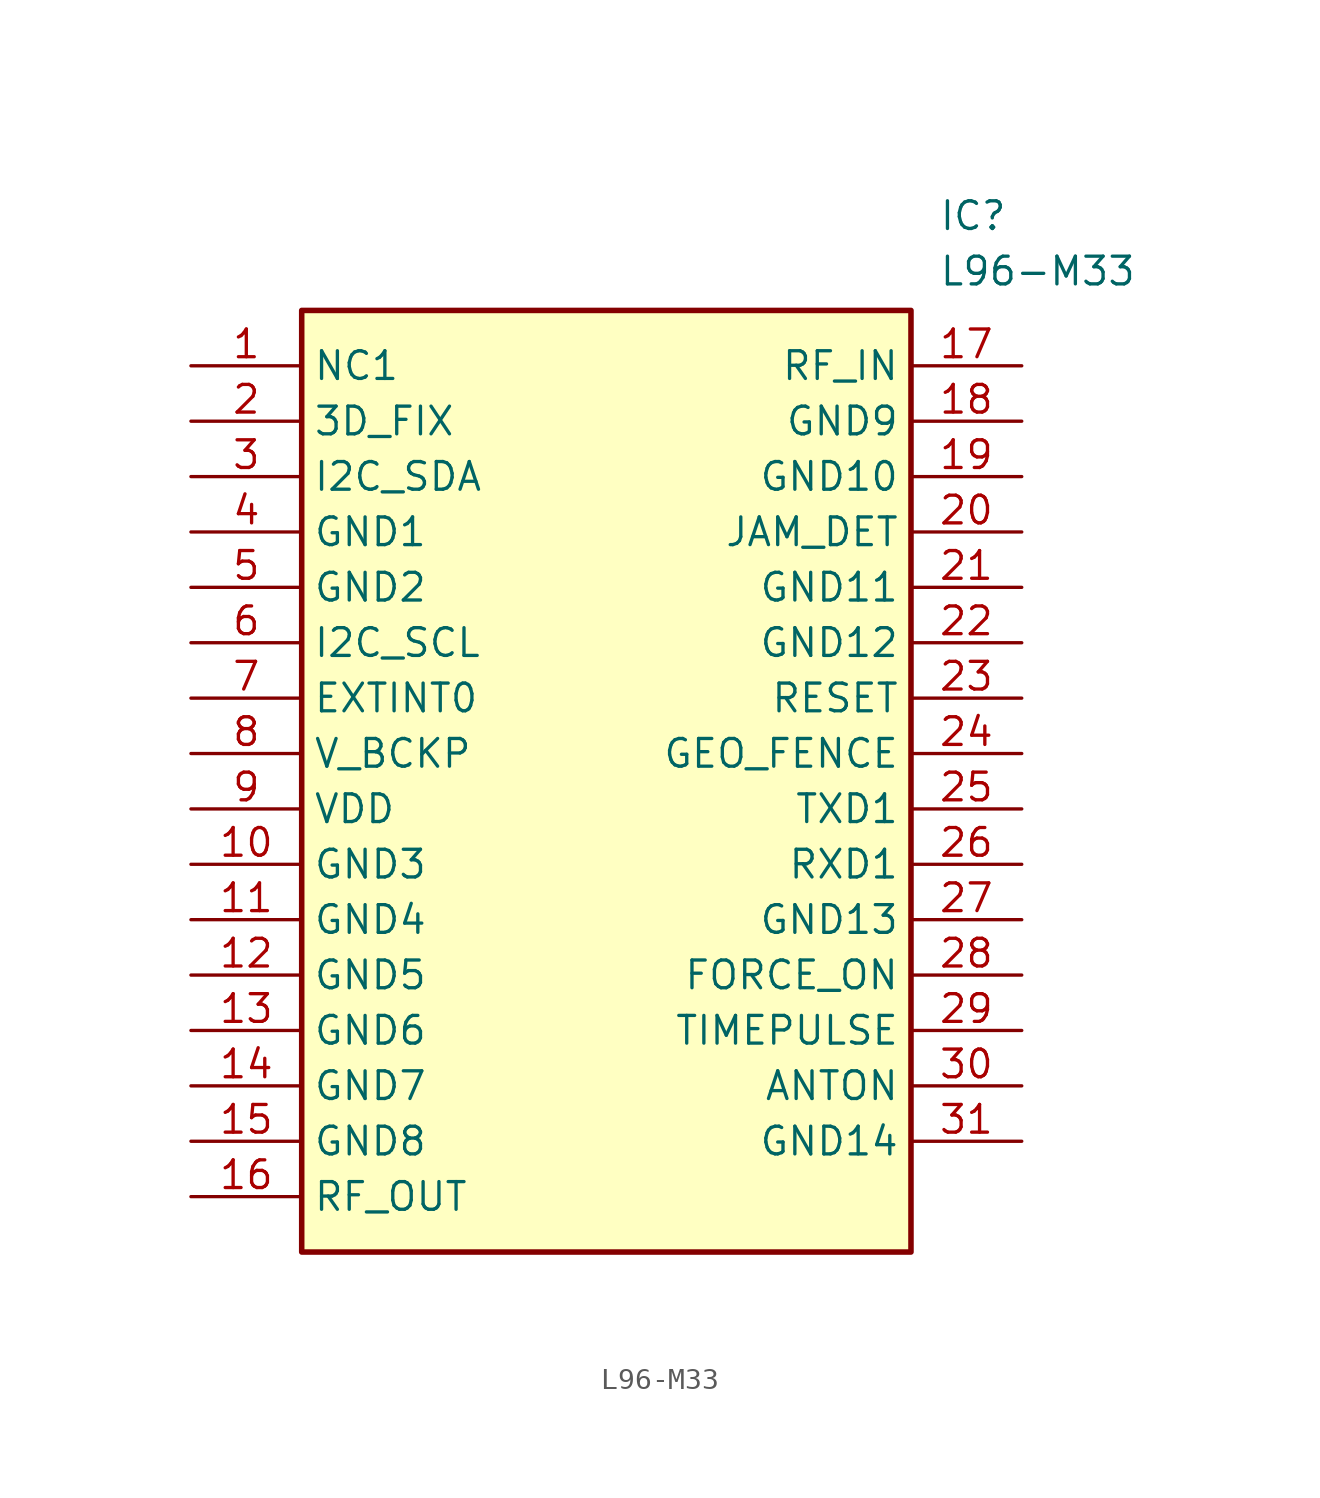
<source format=kicad_sym>
(kicad_symbol_lib
  (version 20211014)
  (generator SamacSys_ECAD_Model)
  (symbol "L96-M33"
    (property "Reference" "IC"
      (at 34.29 7.62 0)
      (effects (font (size 1.27 1.27)) (justify left top)))
    (property "Value" "L96-M33"
      (at 34.29 5.08 0)
      (effects (font (size 1.27 1.27)) (justify left top)))
    (rectangle
      (start 5.08 2.54)
      (end 33.02 -40.64)
      (stroke (width 0.254) (type default))
      (fill (type background)))
    (pin passive line
      (at 0 0 0)
      (length 5.08)
      (name "NC1" (effects (font (size 1.27 1.27))))
      (number "1" (effects (font (size 1.27 1.27)))))
    (pin passive line
      (at 0 -2.54 0)
      (length 5.08)
      (name "3D_FIX" (effects (font (size 1.27 1.27))))
      (number "2" (effects (font (size 1.27 1.27)))))
    (pin passive line
      (at 0 -5.08 0)
      (length 5.08)
      (name "I2C_SDA" (effects (font (size 1.27 1.27))))
      (number "3" (effects (font (size 1.27 1.27)))))
    (pin passive line
      (at 0 -7.62 0)
      (length 5.08)
      (name "GND1" (effects (font (size 1.27 1.27))))
      (number "4" (effects (font (size 1.27 1.27)))))
    (pin passive line
      (at 0 -10.16 0)
      (length 5.08)
      (name "GND2" (effects (font (size 1.27 1.27))))
      (number "5" (effects (font (size 1.27 1.27)))))
    (pin passive line
      (at 0 -12.7 0)
      (length 5.08)
      (name "I2C_SCL" (effects (font (size 1.27 1.27))))
      (number "6" (effects (font (size 1.27 1.27)))))
    (pin passive line
      (at 0 -15.24 0)
      (length 5.08)
      (name "EXTINT0" (effects (font (size 1.27 1.27))))
      (number "7" (effects (font (size 1.27 1.27)))))
    (pin passive line
      (at 0 -17.78 0)
      (length 5.08)
      (name "V_BCKP" (effects (font (size 1.27 1.27))))
      (number "8" (effects (font (size 1.27 1.27)))))
    (pin passive line
      (at 0 -20.32 0)
      (length 5.08)
      (name "VDD" (effects (font (size 1.27 1.27))))
      (number "9" (effects (font (size 1.27 1.27)))))
    (pin passive line
      (at 0 -22.86 0)
      (length 5.08)
      (name "GND3" (effects (font (size 1.27 1.27))))
      (number "10" (effects (font (size 1.27 1.27)))))
    (pin passive line
      (at 0 -25.4 0)
      (length 5.08)
      (name "GND4" (effects (font (size 1.27 1.27))))
      (number "11" (effects (font (size 1.27 1.27)))))
    (pin passive line
      (at 0 -27.94 0)
      (length 5.08)
      (name "GND5" (effects (font (size 1.27 1.27))))
      (number "12" (effects (font (size 1.27 1.27)))))
    (pin passive line
      (at 0 -30.48 0)
      (length 5.08)
      (name "GND6" (effects (font (size 1.27 1.27))))
      (number "13" (effects (font (size 1.27 1.27)))))
    (pin passive line
      (at 0 -33.02 0)
      (length 5.08)
      (name "GND7" (effects (font (size 1.27 1.27))))
      (number "14" (effects (font (size 1.27 1.27)))))
    (pin passive line
      (at 0 -35.56 0)
      (length 5.08)
      (name "GND8" (effects (font (size 1.27 1.27))))
      (number "15" (effects (font (size 1.27 1.27)))))
    (pin passive line
      (at 0 -38.1 0)
      (length 5.08)
      (name "RF_OUT" (effects (font (size 1.27 1.27))))
      (number "16" (effects (font (size 1.27 1.27)))))
    (pin passive line
      (at 38.1 0 180)
      (length 5.08)
      (name "RF_IN" (effects (font (size 1.27 1.27))))
      (number "17" (effects (font (size 1.27 1.27)))))
    (pin passive line
      (at 38.1 -2.54 180)
      (length 5.08)
      (name "GND9" (effects (font (size 1.27 1.27))))
      (number "18" (effects (font (size 1.27 1.27)))))
    (pin passive line
      (at 38.1 -5.08 180)
      (length 5.08)
      (name "GND10" (effects (font (size 1.27 1.27))))
      (number "19" (effects (font (size 1.27 1.27)))))
    (pin passive line
      (at 38.1 -7.62 180)
      (length 5.08)
      (name "JAM_DET" (effects (font (size 1.27 1.27))))
      (number "20" (effects (font (size 1.27 1.27)))))
    (pin passive line
      (at 38.1 -10.16 180)
      (length 5.08)
      (name "GND11" (effects (font (size 1.27 1.27))))
      (number "21" (effects (font (size 1.27 1.27)))))
    (pin passive line
      (at 38.1 -12.7 180)
      (length 5.08)
      (name "GND12" (effects (font (size 1.27 1.27))))
      (number "22" (effects (font (size 1.27 1.27)))))
    (pin passive line
      (at 38.1 -15.24 180)
      (length 5.08)
      (name "RESET" (effects (font (size 1.27 1.27))))
      (number "23" (effects (font (size 1.27 1.27)))))
    (pin passive line
      (at 38.1 -17.78 180)
      (length 5.08)
      (name "GEO_FENCE" (effects (font (size 1.27 1.27))))
      (number "24" (effects (font (size 1.27 1.27)))))
    (pin passive line
      (at 38.1 -20.32 180)
      (length 5.08)
      (name "TXD1" (effects (font (size 1.27 1.27))))
      (number "25" (effects (font (size 1.27 1.27)))))
    (pin passive line
      (at 38.1 -22.86 180)
      (length 5.08)
      (name "RXD1" (effects (font (size 1.27 1.27))))
      (number "26" (effects (font (size 1.27 1.27)))))
    (pin passive line
      (at 38.1 -25.4 180)
      (length 5.08)
      (name "GND13" (effects (font (size 1.27 1.27))))
      (number "27" (effects (font (size 1.27 1.27)))))
    (pin passive line
      (at 38.1 -27.94 180)
      (length 5.08)
      (name "FORCE_ON" (effects (font (size 1.27 1.27))))
      (number "28" (effects (font (size 1.27 1.27)))))
    (pin passive line
      (at 38.1 -30.48 180)
      (length 5.08)
      (name "TIMEPULSE" (effects (font (size 1.27 1.27))))
      (number "29" (effects (font (size 1.27 1.27)))))
    (pin passive line
      (at 38.1 -33.02 180)
      (length 5.08)
      (name "ANTON" (effects (font (size 1.27 1.27))))
      (number "30" (effects (font (size 1.27 1.27)))))
    (pin passive line
      (at 38.1 -35.56 180)
      (length 5.08)
      (name "GND14" (effects (font (size 1.27 1.27))))
      (number "31" (effects (font (size 1.27 1.27)))))))
</source>
